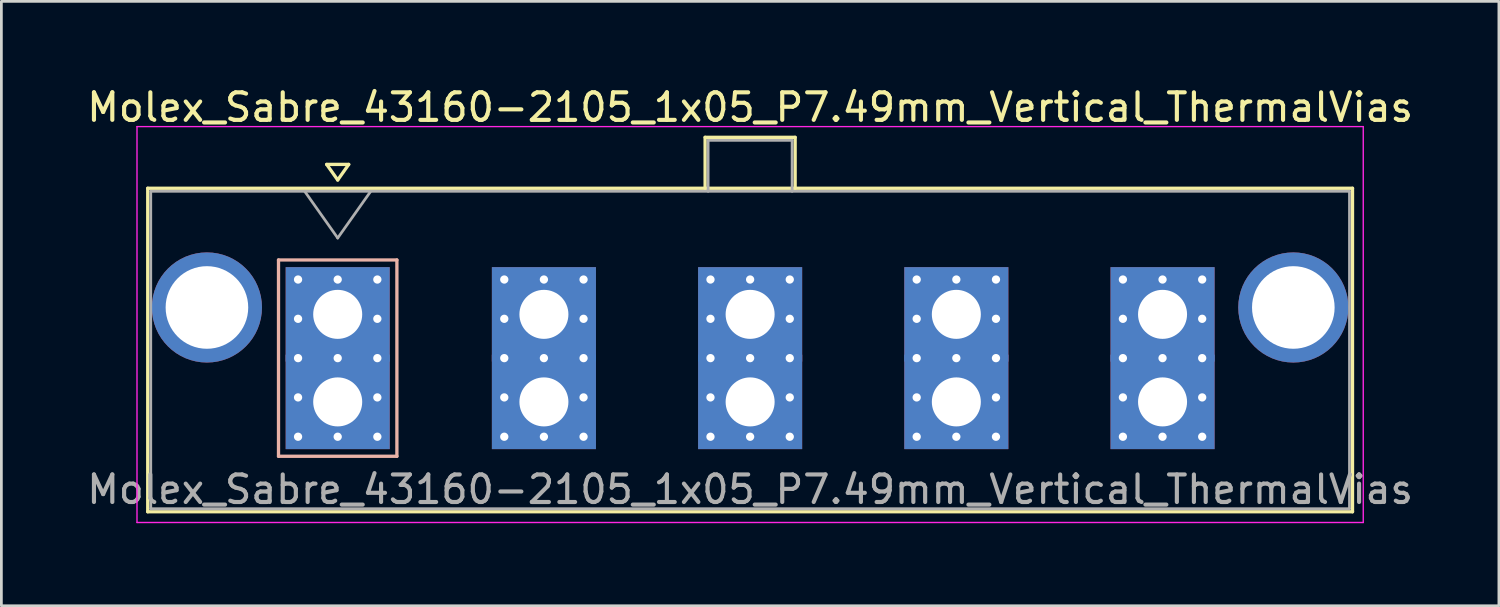
<source format=kicad_pcb>
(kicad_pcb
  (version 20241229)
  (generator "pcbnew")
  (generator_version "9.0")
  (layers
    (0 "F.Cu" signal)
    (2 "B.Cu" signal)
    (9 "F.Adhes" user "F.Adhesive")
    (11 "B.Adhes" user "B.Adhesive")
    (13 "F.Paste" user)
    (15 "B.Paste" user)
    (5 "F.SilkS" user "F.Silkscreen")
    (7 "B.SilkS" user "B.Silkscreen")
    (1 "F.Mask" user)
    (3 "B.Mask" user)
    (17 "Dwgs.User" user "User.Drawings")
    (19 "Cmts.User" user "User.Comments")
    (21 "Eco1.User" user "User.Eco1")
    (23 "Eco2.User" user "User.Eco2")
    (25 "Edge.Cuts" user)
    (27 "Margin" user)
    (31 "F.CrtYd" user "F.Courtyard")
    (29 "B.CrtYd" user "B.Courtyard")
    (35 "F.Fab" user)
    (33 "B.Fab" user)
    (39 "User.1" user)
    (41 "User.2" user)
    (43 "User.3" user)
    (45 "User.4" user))
  (footprint "Molex_Sabre_43160-2105_1x05_P7.49mm_Vertical_ThermalVias"
    (layer "F.Cu")
    (at 9.216 11.548)
    (property "Reference" "Molex_Sabre_43160-2105_1x05_P7.49mm_Vertical_ThermalVias" (at 14.98 -10.7 0) (layer "F.SilkS") (effects (font (size 1 1) (thickness 0.15))))
    (attr through_hole)
    (fp_line (start -6.9 -7.76) (end -6.9 3.99) (stroke (width 0.12) (type solid)) (layer "F.SilkS"))
    (fp_line (start -6.9 3.99) (end 36.86 3.99) (stroke (width 0.12) (type solid)) (layer "F.SilkS"))
    (fp_line (start -0.4 -8.626) (end 0 -8.06) (stroke (width 0.12) (type solid)) (layer "F.SilkS"))
    (fp_line (start 0 -8.06) (end 0.4 -8.626) (stroke (width 0.12) (type solid)) (layer "F.SilkS"))
    (fp_line (start 0.4 -8.626) (end -0.4 -8.626) (stroke (width 0.12) (type solid)) (layer "F.SilkS"))
    (fp_line (start 13.345 -9.61) (end 16.615 -9.61) (stroke (width 0.12) (type solid)) (layer "F.SilkS"))
    (fp_line (start 13.345 -7.76) (end 13.345 -9.61) (stroke (width 0.12) (type solid)) (layer "F.SilkS"))
    (fp_line (start 16.615 -9.61) (end 16.615 -7.76) (stroke (width 0.12) (type solid)) (layer "F.SilkS"))
    (fp_line (start 36.86 -7.76) (end -6.9 -7.76) (stroke (width 0.12) (type solid)) (layer "F.SilkS"))
    (fp_line (start 36.86 3.99) (end 36.86 -7.76) (stroke (width 0.12) (type solid)) (layer "F.SilkS"))
    (fp_line (start -2.15 -5.155) (end -2.15 1.975) (stroke (width 0.12) (type solid)) (layer "B.SilkS"))
    (fp_line (start -2.15 1.975) (end 2.15 1.975) (stroke (width 0.12) (type solid)) (layer "B.SilkS"))
    (fp_line (start 2.15 -5.155) (end -2.15 -5.155) (stroke (width 0.12) (type solid)) (layer "B.SilkS"))
    (fp_line (start 2.15 1.975) (end 2.15 -5.155) (stroke (width 0.12) (type solid)) (layer "B.SilkS"))
    (fp_line (start -7.29 -10) (end -7.29 4.38) (stroke (width 0.05) (type solid)) (layer "F.CrtYd"))
    (fp_line (start -7.29 4.38) (end 37.25 4.38) (stroke (width 0.05) (type solid)) (layer "F.CrtYd"))
    (fp_line (start 37.25 -10) (end -7.29 -10) (stroke (width 0.05) (type solid)) (layer "F.CrtYd"))
    (fp_line (start 37.25 4.38) (end 37.25 -10) (stroke (width 0.05) (type solid)) (layer "F.CrtYd"))
    (fp_line (start -6.79 -7.65) (end -6.79 3.88) (stroke (width 0.1) (type solid)) (layer "F.Fab"))
    (fp_line (start -6.79 3.88) (end 36.75 3.88) (stroke (width 0.1) (type solid)) (layer "F.Fab"))
    (fp_line (start -1.2 -7.65) (end 0 -5.953) (stroke (width 0.1) (type solid)) (layer "F.Fab"))
    (fp_line (start 0 -5.953) (end 1.2 -7.65) (stroke (width 0.1) (type solid)) (layer "F.Fab"))
    (fp_line (start 13.455 -9.5) (end 16.505 -9.5) (stroke (width 0.1) (type solid)) (layer "F.Fab"))
    (fp_line (start 13.455 -7.65) (end 13.455 -9.5) (stroke (width 0.1) (type solid)) (layer "F.Fab"))
    (fp_line (start 16.505 -9.5) (end 16.505 -7.65) (stroke (width 0.1) (type solid)) (layer "F.Fab"))
    (fp_line (start 36.75 -7.65) (end -6.79 -7.65) (stroke (width 0.1) (type solid)) (layer "F.Fab"))
    (fp_line (start 36.75 3.88) (end 36.75 -7.65) (stroke (width 0.1) (type solid)) (layer "F.Fab"))
    (fp_text user "${REFERENCE}" (at 14.98 3.18 0) (layer "F.Fab") (effects (font (size 1 1) (thickness 0.15))))
    (pad "" thru_hole circle (at -4.75 -3.43) (size 4 4) (drill 3) (layers "*.Cu" "*.Mask"))
    (pad "" thru_hole circle (at 34.71 -3.43) (size 4 4) (drill 3) (layers "*.Cu" "*.Mask"))
    (pad "1" thru_hole rect (at -1.44 -4.445) (size 0.6 0.6) (drill 0.3) (layers "*.Cu" "*.Mask"))
    (pad "1" thru_hole rect (at -1.44 -3.018) (size 0.6 0.6) (drill 0.3) (layers "*.Cu" "*.Mask"))
    (pad "1" thru_hole rect (at -1.44 -1.59) (size 0.6 0.6) (drill 0.3) (layers "*.Cu" "*.Mask"))
    (pad "1" thru_hole rect (at -1.44 -0.163) (size 0.6 0.6) (drill 0.3) (layers "*.Cu" "*.Mask"))
    (pad "1" thru_hole rect (at -1.44 1.265) (size 0.6 0.6) (drill 0.3) (layers "*.Cu" "*.Mask"))
    (pad "1" thru_hole rect (at 0 -4.445) (size 0.6 0.6) (drill 0.3) (layers "*.Cu" "*.Mask"))
    (pad "1" thru_hole rect (at 0 -3.18) (size 3.78 3.43) (drill 1.78) (layers "*.Cu" "*.Mask"))
    (pad "1" thru_hole rect (at 0 -1.59) (size 0.6 0.6) (drill 0.3) (layers "*.Cu" "*.Mask"))
    (pad "1" thru_hole rect (at 0 0) (size 3.78 3.43) (drill 1.78) (layers "*.Cu" "*.Mask"))
    (pad "1" thru_hole rect (at 0 1.265) (size 0.6 0.6) (drill 0.3) (layers "*.Cu" "*.Mask"))
    (pad "1" thru_hole rect (at 1.44 -4.445) (size 0.6 0.6) (drill 0.3) (layers "*.Cu" "*.Mask"))
    (pad "1" thru_hole rect (at 1.44 -3.018) (size 0.6 0.6) (drill 0.3) (layers "*.Cu" "*.Mask"))
    (pad "1" thru_hole rect (at 1.44 -1.59) (size 0.6 0.6) (drill 0.3) (layers "*.Cu" "*.Mask"))
    (pad "1" thru_hole rect (at 1.44 -0.163) (size 0.6 0.6) (drill 0.3) (layers "*.Cu" "*.Mask"))
    (pad "1" thru_hole rect (at 1.44 1.265) (size 0.6 0.6) (drill 0.3) (layers "*.Cu" "*.Mask"))
    (pad "2" thru_hole circle (at 6.05 -4.445) (size 0.6 0.6) (drill 0.3) (layers "*.Cu" "*.Mask"))
    (pad "2" thru_hole circle (at 6.05 -3.018) (size 0.6 0.6) (drill 0.3) (layers "*.Cu" "*.Mask"))
    (pad "2" thru_hole circle (at 6.05 -1.59) (size 0.6 0.6) (drill 0.3) (layers "*.Cu" "*.Mask"))
    (pad "2" thru_hole circle (at 6.05 -0.163) (size 0.6 0.6) (drill 0.3) (layers "*.Cu" "*.Mask"))
    (pad "2" thru_hole circle (at 6.05 1.265) (size 0.6 0.6) (drill 0.3) (layers "*.Cu" "*.Mask"))
    (pad "2" thru_hole circle (at 7.49 -4.445) (size 0.6 0.6) (drill 0.3) (layers "*.Cu" "*.Mask"))
    (pad "2" thru_hole rect (at 7.49 -3.18) (size 3.78 3.43) (drill 1.78) (layers "*.Cu" "*.Mask"))
    (pad "2" thru_hole circle (at 7.49 -1.59) (size 0.6 0.6) (drill 0.3) (layers "*.Cu" "*.Mask"))
    (pad "2" thru_hole rect (at 7.49 0) (size 3.78 3.43) (drill 1.78) (layers "*.Cu" "*.Mask"))
    (pad "2" thru_hole circle (at 7.49 1.265) (size 0.6 0.6) (drill 0.3) (layers "*.Cu" "*.Mask"))
    (pad "2" thru_hole circle (at 8.93 -4.445) (size 0.6 0.6) (drill 0.3) (layers "*.Cu" "*.Mask"))
    (pad "2" thru_hole circle (at 8.93 -3.018) (size 0.6 0.6) (drill 0.3) (layers "*.Cu" "*.Mask"))
    (pad "2" thru_hole circle (at 8.93 -1.59) (size 0.6 0.6) (drill 0.3) (layers "*.Cu" "*.Mask"))
    (pad "2" thru_hole circle (at 8.93 -0.163) (size 0.6 0.6) (drill 0.3) (layers "*.Cu" "*.Mask"))
    (pad "2" thru_hole circle (at 8.93 1.265) (size 0.6 0.6) (drill 0.3) (layers "*.Cu" "*.Mask"))
    (pad "3" thru_hole circle (at 13.54 -4.445) (size 0.6 0.6) (drill 0.3) (layers "*.Cu" "*.Mask"))
    (pad "3" thru_hole circle (at 13.54 -3.018) (size 0.6 0.6) (drill 0.3) (layers "*.Cu" "*.Mask"))
    (pad "3" thru_hole circle (at 13.54 -1.59) (size 0.6 0.6) (drill 0.3) (layers "*.Cu" "*.Mask"))
    (pad "3" thru_hole circle (at 13.54 -0.163) (size 0.6 0.6) (drill 0.3) (layers "*.Cu" "*.Mask"))
    (pad "3" thru_hole circle (at 13.54 1.265) (size 0.6 0.6) (drill 0.3) (layers "*.Cu" "*.Mask"))
    (pad "3" thru_hole circle (at 14.98 -4.445) (size 0.6 0.6) (drill 0.3) (layers "*.Cu" "*.Mask"))
    (pad "3" thru_hole rect (at 14.98 -3.18) (size 3.78 3.43) (drill 1.78) (layers "*.Cu" "*.Mask"))
    (pad "3" thru_hole circle (at 14.98 -1.59) (size 0.6 0.6) (drill 0.3) (layers "*.Cu" "*.Mask"))
    (pad "3" thru_hole rect (at 14.98 0) (size 3.78 3.43) (drill 1.78) (layers "*.Cu" "*.Mask"))
    (pad "3" thru_hole circle (at 14.98 1.265) (size 0.6 0.6) (drill 0.3) (layers "*.Cu" "*.Mask"))
    (pad "3" thru_hole circle (at 16.42 -4.445) (size 0.6 0.6) (drill 0.3) (layers "*.Cu" "*.Mask"))
    (pad "3" thru_hole circle (at 16.42 -3.018) (size 0.6 0.6) (drill 0.3) (layers "*.Cu" "*.Mask"))
    (pad "3" thru_hole circle (at 16.42 -1.59) (size 0.6 0.6) (drill 0.3) (layers "*.Cu" "*.Mask"))
    (pad "3" thru_hole circle (at 16.42 -0.163) (size 0.6 0.6) (drill 0.3) (layers "*.Cu" "*.Mask"))
    (pad "3" thru_hole circle (at 16.42 1.265) (size 0.6 0.6) (drill 0.3) (layers "*.Cu" "*.Mask"))
    (pad "4" thru_hole circle (at 21.03 -4.445) (size 0.6 0.6) (drill 0.3) (layers "*.Cu" "*.Mask"))
    (pad "4" thru_hole circle (at 21.03 -3.018) (size 0.6 0.6) (drill 0.3) (layers "*.Cu" "*.Mask"))
    (pad "4" thru_hole circle (at 21.03 -1.59) (size 0.6 0.6) (drill 0.3) (layers "*.Cu" "*.Mask"))
    (pad "4" thru_hole circle (at 21.03 -0.163) (size 0.6 0.6) (drill 0.3) (layers "*.Cu" "*.Mask"))
    (pad "4" thru_hole circle (at 21.03 1.265) (size 0.6 0.6) (drill 0.3) (layers "*.Cu" "*.Mask"))
    (pad "4" thru_hole circle (at 22.47 -4.445) (size 0.6 0.6) (drill 0.3) (layers "*.Cu" "*.Mask"))
    (pad "4" thru_hole rect (at 22.47 -3.18) (size 3.78 3.43) (drill 1.78) (layers "*.Cu" "*.Mask"))
    (pad "4" thru_hole circle (at 22.47 -1.59) (size 0.6 0.6) (drill 0.3) (layers "*.Cu" "*.Mask"))
    (pad "4" thru_hole rect (at 22.47 0) (size 3.78 3.43) (drill 1.78) (layers "*.Cu" "*.Mask"))
    (pad "4" thru_hole circle (at 22.47 1.265) (size 0.6 0.6) (drill 0.3) (layers "*.Cu" "*.Mask"))
    (pad "4" thru_hole circle (at 23.91 -4.445) (size 0.6 0.6) (drill 0.3) (layers "*.Cu" "*.Mask"))
    (pad "4" thru_hole circle (at 23.91 -3.018) (size 0.6 0.6) (drill 0.3) (layers "*.Cu" "*.Mask"))
    (pad "4" thru_hole circle (at 23.91 -1.59) (size 0.6 0.6) (drill 0.3) (layers "*.Cu" "*.Mask"))
    (pad "4" thru_hole circle (at 23.91 -0.163) (size 0.6 0.6) (drill 0.3) (layers "*.Cu" "*.Mask"))
    (pad "4" thru_hole circle (at 23.91 1.265) (size 0.6 0.6) (drill 0.3) (layers "*.Cu" "*.Mask"))
    (pad "5" thru_hole circle (at 28.52 -4.445) (size 0.6 0.6) (drill 0.3) (layers "*.Cu" "*.Mask"))
    (pad "5" thru_hole circle (at 28.52 -3.018) (size 0.6 0.6) (drill 0.3) (layers "*.Cu" "*.Mask"))
    (pad "5" thru_hole circle (at 28.52 -1.59) (size 0.6 0.6) (drill 0.3) (layers "*.Cu" "*.Mask"))
    (pad "5" thru_hole circle (at 28.52 -0.163) (size 0.6 0.6) (drill 0.3) (layers "*.Cu" "*.Mask"))
    (pad "5" thru_hole circle (at 28.52 1.265) (size 0.6 0.6) (drill 0.3) (layers "*.Cu" "*.Mask"))
    (pad "5" thru_hole circle (at 29.96 -4.445) (size 0.6 0.6) (drill 0.3) (layers "*.Cu" "*.Mask"))
    (pad "5" thru_hole rect (at 29.96 -3.18) (size 3.78 3.43) (drill 1.78) (layers "*.Cu" "*.Mask"))
    (pad "5" thru_hole circle (at 29.96 -1.59) (size 0.6 0.6) (drill 0.3) (layers "*.Cu" "*.Mask"))
    (pad "5" thru_hole rect (at 29.96 0) (size 3.78 3.43) (drill 1.78) (layers "*.Cu" "*.Mask"))
    (pad "5" thru_hole circle (at 29.96 1.265) (size 0.6 0.6) (drill 0.3) (layers "*.Cu" "*.Mask"))
    (pad "5" thru_hole circle (at 31.4 -4.445) (size 0.6 0.6) (drill 0.3) (layers "*.Cu" "*.Mask"))
    (pad "5" thru_hole circle (at 31.4 -3.018) (size 0.6 0.6) (drill 0.3) (layers "*.Cu" "*.Mask"))
    (pad "5" thru_hole circle (at 31.4 -1.59) (size 0.6 0.6) (drill 0.3) (layers "*.Cu" "*.Mask"))
    (pad "5" thru_hole circle (at 31.4 -0.163) (size 0.6 0.6) (drill 0.3) (layers "*.Cu" "*.Mask"))
    (pad "5" thru_hole circle (at 31.4 1.265) (size 0.6 0.6) (drill 0.3) (layers "*.Cu" "*.Mask")))
  (gr_rect
    (start -3 -3)
    (end 51.393 18.953)
    (stroke (width 0.1) (type default))
    (fill no)
    (layer "Edge.Cuts")))
</source>
